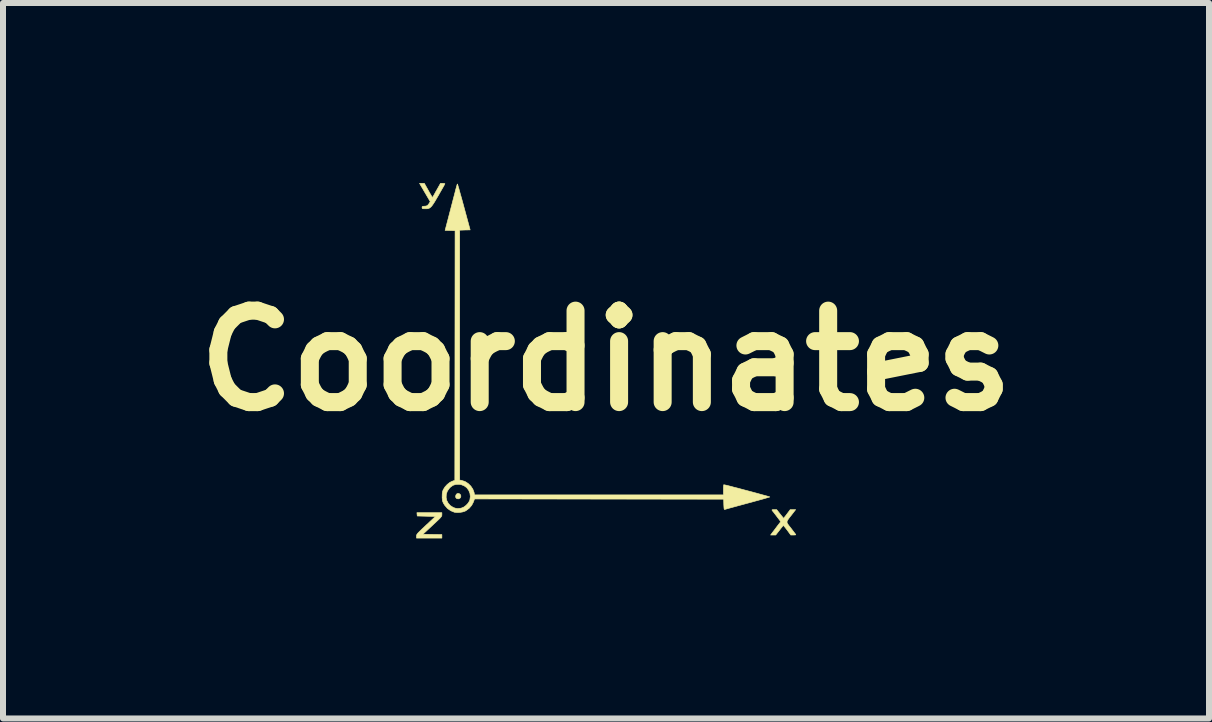
<source format=kicad_pcb>
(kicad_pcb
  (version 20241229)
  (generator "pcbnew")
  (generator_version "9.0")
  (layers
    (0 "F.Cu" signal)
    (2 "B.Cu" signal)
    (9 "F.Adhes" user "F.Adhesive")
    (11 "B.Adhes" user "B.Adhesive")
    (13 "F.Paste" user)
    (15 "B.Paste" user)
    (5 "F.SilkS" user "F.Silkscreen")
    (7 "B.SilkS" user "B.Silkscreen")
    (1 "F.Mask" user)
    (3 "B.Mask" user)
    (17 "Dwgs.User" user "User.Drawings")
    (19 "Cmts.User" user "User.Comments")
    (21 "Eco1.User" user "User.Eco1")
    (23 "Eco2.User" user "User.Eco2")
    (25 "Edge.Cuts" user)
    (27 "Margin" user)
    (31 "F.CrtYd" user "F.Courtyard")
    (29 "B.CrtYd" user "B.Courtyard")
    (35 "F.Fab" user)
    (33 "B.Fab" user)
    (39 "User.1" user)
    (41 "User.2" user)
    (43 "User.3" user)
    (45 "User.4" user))
  (footprint "Coordinates"
    (layer "F.Cu")
    (at 7.047 2.96)
    (property "Reference" "Coordinates" (at 0 0 0) (layer "F.SilkS") (effects (font (size 1.524 1.524) (thickness 0.3))))
    (attr through_hole)
    (fp_poly (pts (xy -2.441 2.217) (xy -2.424 2.234) (xy -2.418 2.256) (xy -2.424 2.278) (xy -2.429 2.286) (xy -2.454 2.301) (xy -2.48 2.299) (xy -2.491 2.294) (xy -2.504 2.278) (xy -2.506 2.256) (xy -2.499 2.234) (xy -2.485 2.217) (xy -2.465 2.21) (xy -2.441 2.217)) (stroke (width 0.01) (type solid)) (fill yes) (layer "F.SilkS"))
    (fp_poly (pts (xy -2.735 2.564) (xy -2.735 2.575) (xy -2.738 2.585) (xy -2.743 2.596) (xy -2.754 2.609) (xy -2.77 2.628) (xy -2.795 2.652) (xy -2.828 2.683) (xy -2.872 2.724) (xy -2.893 2.744) (xy -3.051 2.891) (xy -2.893 2.894) (xy -2.735 2.896) (xy -2.735 2.955) (xy -3.158 2.955) (xy -3.158 2.922) (xy -3.158 2.912) (xy -3.155 2.902) (xy -3.149 2.891) (xy -3.139 2.877) (xy -3.122 2.859) (xy -3.098 2.835) (xy -3.065 2.803) (xy -3.021 2.762) (xy -3 2.742) (xy -2.842 2.595) (xy -2.994 2.591) (xy -3.145 2.587) (xy -3.148 2.559) (xy -3.151 2.532) (xy -2.735 2.532) (xy -2.735 2.564)) (stroke (width 0.01) (type solid)) (fill yes) (layer "F.SilkS"))
    (fp_poly (pts (xy -2.699 -2.954) (xy -2.686 -2.95) (xy -2.684 -2.949) (xy -2.689 -2.94) (xy -2.7 -2.918) (xy -2.718 -2.886) (xy -2.741 -2.846) (xy -2.768 -2.799) (xy -2.792 -2.756) (xy -2.829 -2.693) (xy -2.859 -2.642) (xy -2.884 -2.604) (xy -2.905 -2.575) (xy -2.924 -2.556) (xy -2.942 -2.543) (xy -2.961 -2.536) (xy -2.982 -2.532) (xy -3.007 -2.532) (xy -3.011 -2.532) (xy -3.04 -2.532) (xy -3.056 -2.534) (xy -3.063 -2.54) (xy -3.065 -2.55) (xy -3.065 -2.553) (xy -3.063 -2.566) (xy -3.055 -2.572) (xy -3.034 -2.574) (xy -3.031 -2.574) (xy -2.996 -2.577) (xy -2.972 -2.589) (xy -2.952 -2.614) (xy -2.947 -2.621) (xy -2.929 -2.651) (xy -2.977 -2.733) (xy -3.002 -2.776) (xy -3.03 -2.823) (xy -3.055 -2.867) (xy -3.066 -2.885) (xy -3.107 -2.955) (xy -3.067 -2.955) (xy -3.027 -2.955) (xy -2.96 -2.836) (xy -2.938 -2.796) (xy -2.918 -2.762) (xy -2.903 -2.737) (xy -2.894 -2.722) (xy -2.891 -2.719) (xy -2.887 -2.727) (xy -2.875 -2.747) (xy -2.858 -2.777) (xy -2.838 -2.814) (xy -2.824 -2.838) (xy -2.758 -2.955) (xy -2.721 -2.955) (xy -2.699 -2.954)) (stroke (width 0.01) (type solid)) (fill yes) (layer "F.SilkS"))
    (fp_poly (pts (xy 2.9 2.553) (xy 2.923 2.582) (xy 2.942 2.605) (xy 2.954 2.621) (xy 2.958 2.625) (xy 2.964 2.618) (xy 2.978 2.601) (xy 2.998 2.576) (xy 3.015 2.553) (xy 3.069 2.481) (xy 3.114 2.481) (xy 3.159 2.481) (xy 3.092 2.568) (xy 3.059 2.609) (xy 3.036 2.641) (xy 3.021 2.664) (xy 3.015 2.683) (xy 3.017 2.701) (xy 3.028 2.721) (xy 3.046 2.746) (xy 3.073 2.78) (xy 3.078 2.786) (xy 3.105 2.822) (xy 3.129 2.853) (xy 3.147 2.877) (xy 3.158 2.891) (xy 3.16 2.893) (xy 3.161 2.9) (xy 3.151 2.903) (xy 3.126 2.904) (xy 3.123 2.904) (xy 3.078 2.904) (xy 3.019 2.823) (xy 2.995 2.792) (xy 2.975 2.767) (xy 2.961 2.751) (xy 2.954 2.745) (xy 2.947 2.752) (xy 2.932 2.77) (xy 2.911 2.796) (xy 2.888 2.826) (xy 2.827 2.904) (xy 2.742 2.904) (xy 2.759 2.881) (xy 2.77 2.865) (xy 2.79 2.84) (xy 2.814 2.808) (xy 2.841 2.772) (xy 2.843 2.769) (xy 2.911 2.681) (xy 2.843 2.591) (xy 2.817 2.557) (xy 2.794 2.527) (xy 2.776 2.505) (xy 2.767 2.492) (xy 2.766 2.491) (xy 2.765 2.485) (xy 2.776 2.482) (xy 2.801 2.481) (xy 2.843 2.481) (xy 2.9 2.553)) (stroke (width 0.01) (type solid)) (fill yes) (layer "F.SilkS"))
    (fp_poly (pts (xy -2.475 -2.943) (xy -2.472 -2.935) (xy -2.465 -2.911) (xy -2.454 -2.875) (xy -2.441 -2.827) (xy -2.425 -2.769) (xy -2.406 -2.703) (xy -2.386 -2.63) (xy -2.367 -2.56) (xy -2.264 -2.18) (xy -2.351 -2.178) (xy -2.438 -2.175) (xy -2.438 1.988) (xy -2.407 1.994) (xy -2.35 2.012) (xy -2.298 2.045) (xy -2.253 2.089) (xy -2.219 2.14) (xy -2.198 2.196) (xy -2.197 2.204) (xy -2.191 2.235) (xy 1.956 2.235) (xy 1.956 2.151) (xy 1.956 2.115) (xy 1.958 2.087) (xy 1.96 2.069) (xy 1.962 2.066) (xy 1.973 2.068) (xy 1.998 2.073) (xy 2.035 2.082) (xy 2.083 2.094) (xy 2.138 2.109) (xy 2.199 2.124) (xy 2.265 2.142) (xy 2.333 2.16) (xy 2.401 2.178) (xy 2.468 2.196) (xy 2.531 2.213) (xy 2.588 2.229) (xy 2.639 2.243) (xy 2.68 2.254) (xy 2.709 2.263) (xy 2.726 2.268) (xy 2.728 2.27) (xy 2.719 2.273) (xy 2.695 2.28) (xy 2.658 2.291) (xy 2.61 2.305) (xy 2.552 2.321) (xy 2.486 2.339) (xy 2.414 2.359) (xy 2.354 2.375) (xy 2.277 2.396) (xy 2.206 2.415) (xy 2.141 2.433) (xy 2.085 2.448) (xy 2.038 2.461) (xy 2.003 2.471) (xy 1.982 2.477) (xy 1.975 2.479) (xy 1.97 2.475) (xy 1.966 2.46) (xy 1.964 2.432) (xy 1.962 2.395) (xy 1.96 2.307) (xy -0.115 2.305) (xy -2.191 2.303) (xy -2.21 2.355) (xy -2.238 2.409) (xy -2.279 2.457) (xy -2.329 2.495) (xy -2.348 2.506) (xy -2.387 2.519) (xy -2.434 2.527) (xy -2.482 2.529) (xy -2.523 2.525) (xy -2.527 2.524) (xy -2.588 2.499) (xy -2.642 2.461) (xy -2.687 2.409) (xy -2.707 2.377) (xy -2.719 2.351) (xy -2.726 2.328) (xy -2.729 2.3) (xy -2.73 2.276) (xy -2.664 2.276) (xy -2.654 2.327) (xy -2.63 2.373) (xy -2.595 2.413) (xy -2.548 2.443) (xy -2.515 2.456) (xy -2.473 2.463) (xy -2.425 2.458) (xy -2.407 2.454) (xy -2.369 2.438) (xy -2.332 2.41) (xy -2.299 2.375) (xy -2.276 2.338) (xy -2.269 2.32) (xy -2.261 2.262) (xy -2.268 2.207) (xy -2.289 2.157) (xy -2.321 2.115) (xy -2.364 2.084) (xy -2.415 2.064) (xy -2.448 2.059) (xy -2.503 2.061) (xy -2.55 2.076) (xy -2.592 2.106) (xy -2.611 2.126) (xy -2.644 2.173) (xy -2.661 2.224) (xy -2.664 2.276) (xy -2.73 2.276) (xy -2.73 2.262) (xy -2.73 2.261) (xy -2.729 2.218) (xy -2.725 2.186) (xy -2.716 2.158) (xy -2.712 2.149) (xy -2.684 2.104) (xy -2.646 2.062) (xy -2.603 2.028) (xy -2.565 2.009) (xy -2.519 1.992) (xy -2.517 -0.088) (xy -2.515 -2.167) (xy -2.681 -2.172) (xy -2.594 -2.506) (xy -2.569 -2.602) (xy -2.548 -2.683) (xy -2.53 -2.751) (xy -2.516 -2.805) (xy -2.505 -2.849) (xy -2.496 -2.882) (xy -2.489 -2.907) (xy -2.484 -2.924) (xy -2.481 -2.935) (xy -2.478 -2.941) (xy -2.477 -2.944) (xy -2.476 -2.944) (xy -2.475 -2.943)) (stroke (width 0.01) (type solid)) (fill yes) (layer "F.SilkS")))
  (gr_rect
    (start -3 -3)
    (end 17.093 8.92)
    (stroke (width 0.1) (type default))
    (fill no)
    (layer "Edge.Cuts")))
</source>
